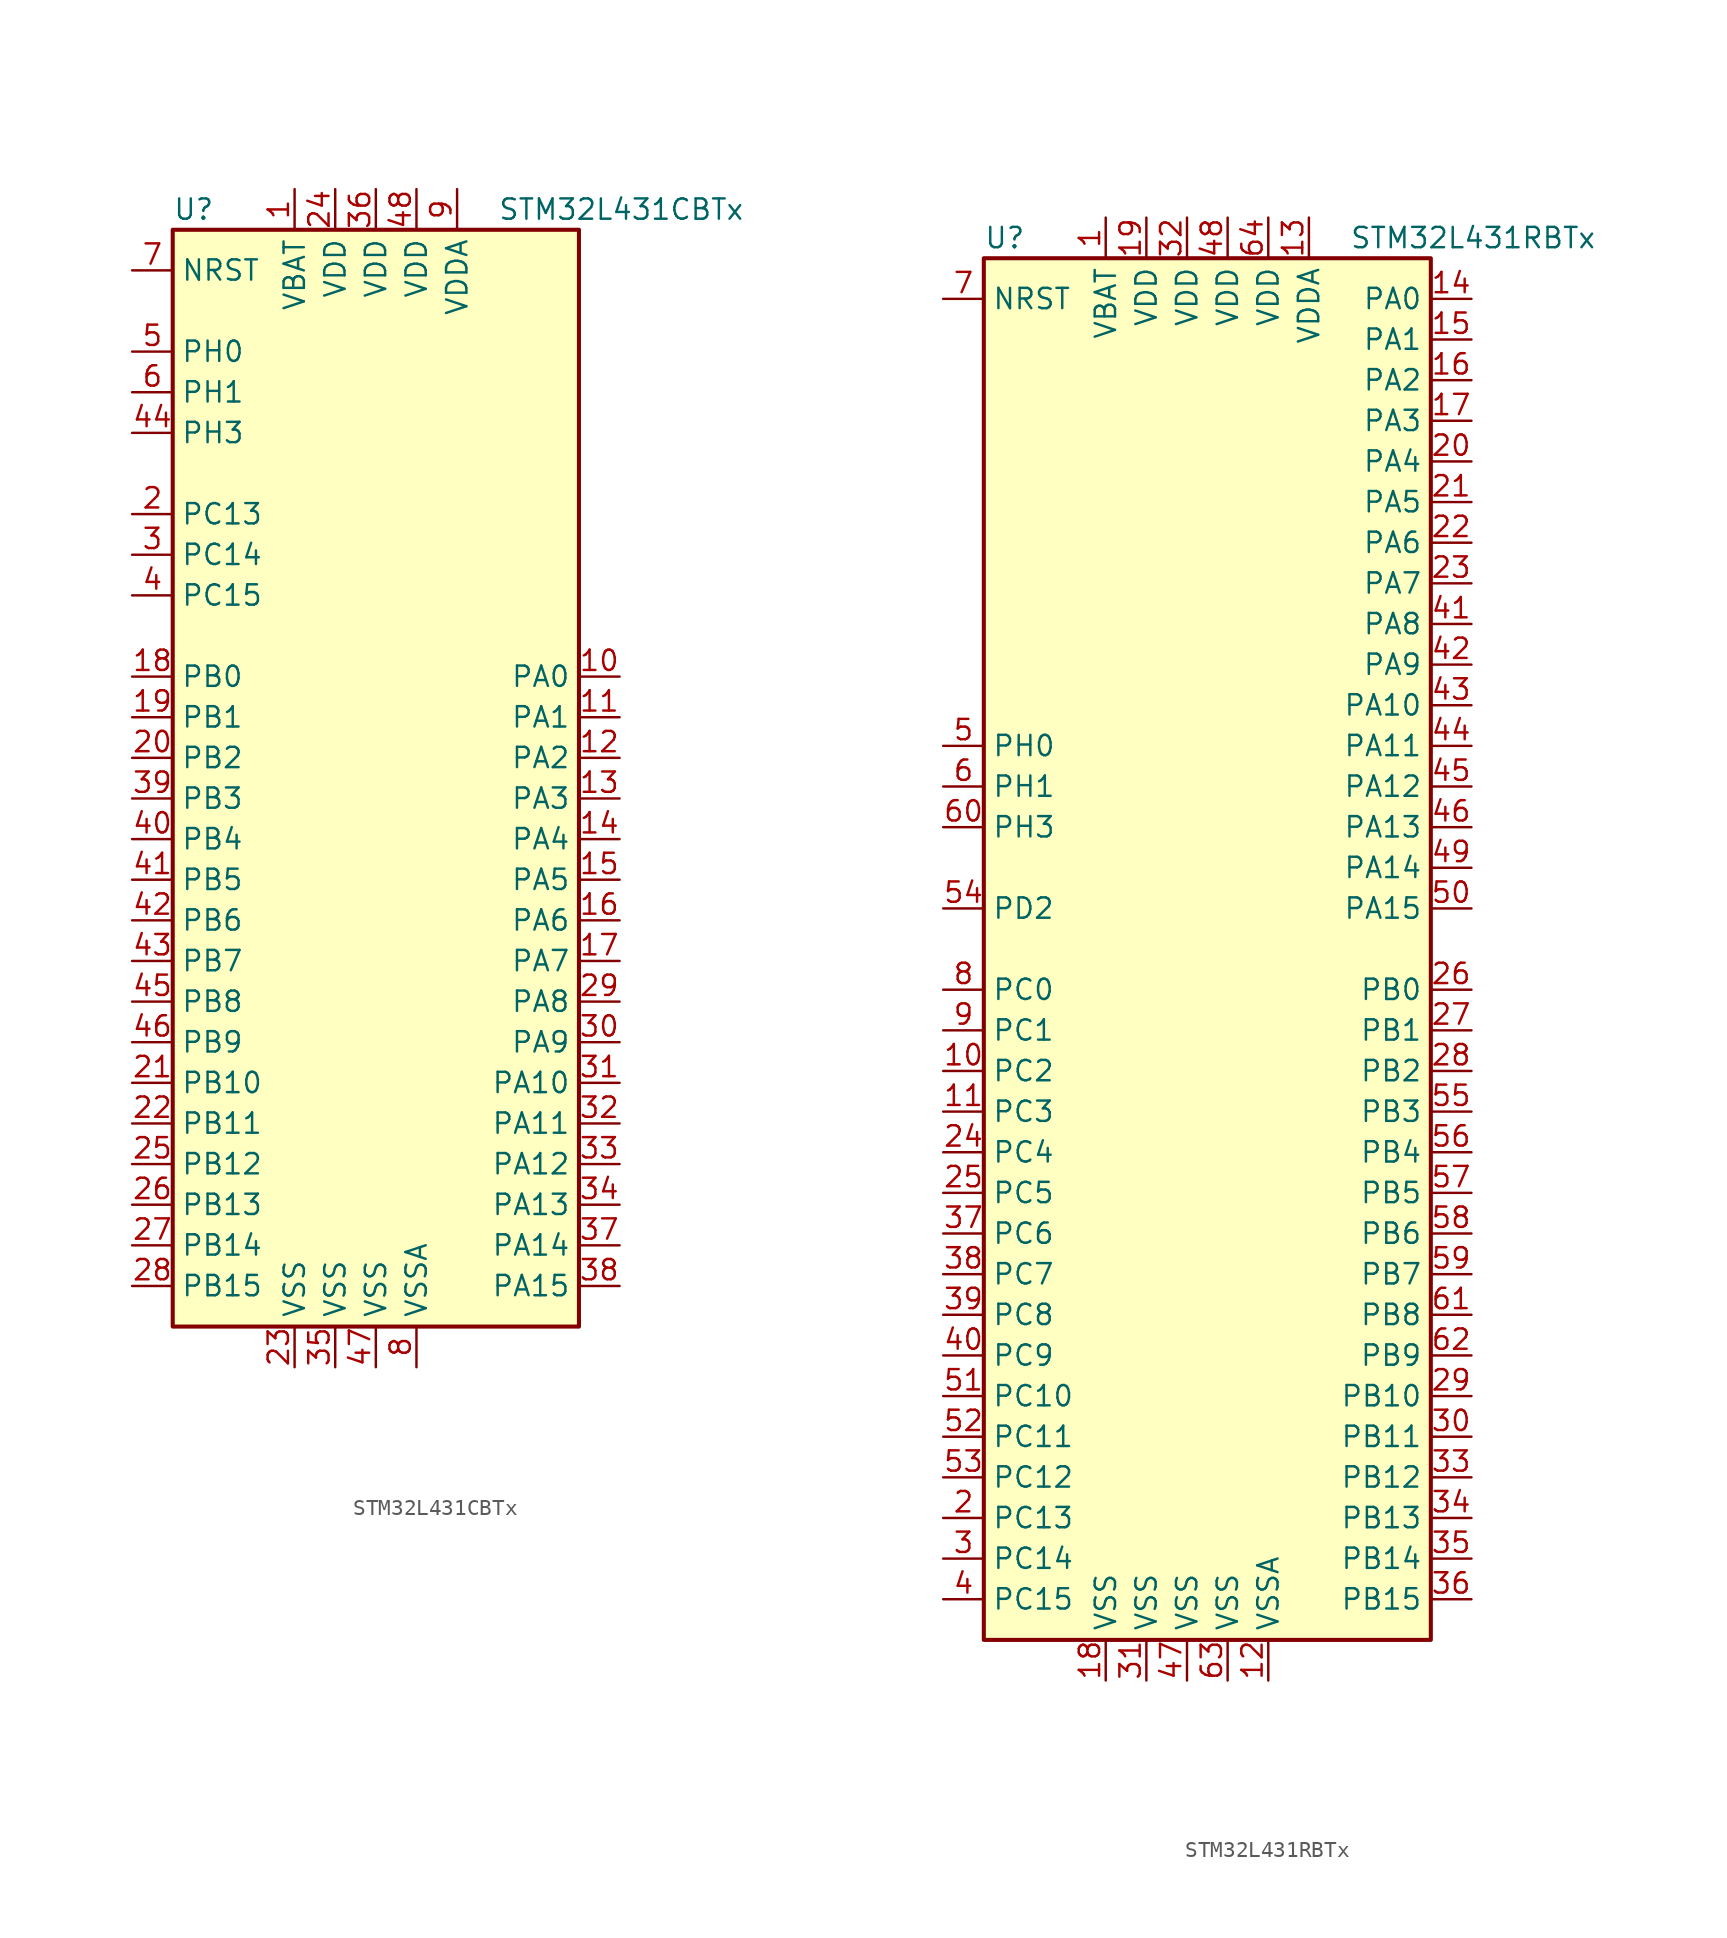
<source format=kicad_sym>
(kicad_symbol_lib
  (version 20220914)
  (generator kicad_symbol_editor)
  (symbol "STM32L431CBTx"
    (property "Reference" "U"
      (at -12.7 34.29 0)
      (effects (font (size 1.27 1.27)) (justify left)))
    (property "Value" "STM32L431CBTx"
      (at 7.62 34.29 0)
      (effects (font (size 1.27 1.27)) (justify left)))
    (symbol "STM32L431CBTx_0_1"
      (rectangle (start -12.7 -35.56) (end 12.7 33.02) (stroke (width 0.254) (type default)) (fill (type background))))
    (symbol "STM32L431CBTx_1_1"
      (pin power_in line (at -5.08 35.56 270) (length 2.54) (name "VBAT" (effects (font (size 1.27 1.27)))) (number "1" (effects (font (size 1.27 1.27)))))
      (pin bidirectional line (at 15.24 5.08 180) (length 2.54) (name "PA0" (effects (font (size 1.27 1.27)))) (number "10" (effects (font (size 1.27 1.27)))))
      (pin bidirectional line (at 15.24 2.54 180) (length 2.54) (name "PA1" (effects (font (size 1.27 1.27)))) (number "11" (effects (font (size 1.27 1.27)))))
      (pin bidirectional line (at 15.24 0 180) (length 2.54) (name "PA2" (effects (font (size 1.27 1.27)))) (number "12" (effects (font (size 1.27 1.27)))))
      (pin bidirectional line (at 15.24 -2.54 180) (length 2.54) (name "PA3" (effects (font (size 1.27 1.27)))) (number "13" (effects (font (size 1.27 1.27)))))
      (pin bidirectional line (at 15.24 -5.08 180) (length 2.54) (name "PA4" (effects (font (size 1.27 1.27)))) (number "14" (effects (font (size 1.27 1.27)))))
      (pin bidirectional line (at 15.24 -7.62 180) (length 2.54) (name "PA5" (effects (font (size 1.27 1.27)))) (number "15" (effects (font (size 1.27 1.27)))))
      (pin bidirectional line (at 15.24 -10.16 180) (length 2.54) (name "PA6" (effects (font (size 1.27 1.27)))) (number "16" (effects (font (size 1.27 1.27)))))
      (pin bidirectional line (at 15.24 -12.7 180) (length 2.54) (name "PA7" (effects (font (size 1.27 1.27)))) (number "17" (effects (font (size 1.27 1.27)))))
      (pin bidirectional line (at -15.24 5.08 0) (length 2.54) (name "PB0" (effects (font (size 1.27 1.27)))) (number "18" (effects (font (size 1.27 1.27)))))
      (pin bidirectional line (at -15.24 2.54 0) (length 2.54) (name "PB1" (effects (font (size 1.27 1.27)))) (number "19" (effects (font (size 1.27 1.27)))))
      (pin bidirectional line (at -15.24 15.24 0) (length 2.54) (name "PC13" (effects (font (size 1.27 1.27)))) (number "2" (effects (font (size 1.27 1.27)))))
      (pin bidirectional line (at -15.24 0 0) (length 2.54) (name "PB2" (effects (font (size 1.27 1.27)))) (number "20" (effects (font (size 1.27 1.27)))))
      (pin bidirectional line (at -15.24 -20.32 0) (length 2.54) (name "PB10" (effects (font (size 1.27 1.27)))) (number "21" (effects (font (size 1.27 1.27)))))
      (pin bidirectional line (at -15.24 -22.86 0) (length 2.54) (name "PB11" (effects (font (size 1.27 1.27)))) (number "22" (effects (font (size 1.27 1.27)))))
      (pin power_in line (at -5.08 -38.1 90) (length 2.54) (name "VSS" (effects (font (size 1.27 1.27)))) (number "23" (effects (font (size 1.27 1.27)))))
      (pin power_in line (at -2.54 35.56 270) (length 2.54) (name "VDD" (effects (font (size 1.27 1.27)))) (number "24" (effects (font (size 1.27 1.27)))))
      (pin bidirectional line (at -15.24 -25.4 0) (length 2.54) (name "PB12" (effects (font (size 1.27 1.27)))) (number "25" (effects (font (size 1.27 1.27)))))
      (pin bidirectional line (at -15.24 -27.94 0) (length 2.54) (name "PB13" (effects (font (size 1.27 1.27)))) (number "26" (effects (font (size 1.27 1.27)))))
      (pin bidirectional line (at -15.24 -30.48 0) (length 2.54) (name "PB14" (effects (font (size 1.27 1.27)))) (number "27" (effects (font (size 1.27 1.27)))))
      (pin bidirectional line (at -15.24 -33.02 0) (length 2.54) (name "PB15" (effects (font (size 1.27 1.27)))) (number "28" (effects (font (size 1.27 1.27)))))
      (pin bidirectional line (at 15.24 -15.24 180) (length 2.54) (name "PA8" (effects (font (size 1.27 1.27)))) (number "29" (effects (font (size 1.27 1.27)))))
      (pin bidirectional line (at -15.24 12.7 0) (length 2.54) (name "PC14" (effects (font (size 1.27 1.27)))) (number "3" (effects (font (size 1.27 1.27)))))
      (pin bidirectional line (at 15.24 -17.78 180) (length 2.54) (name "PA9" (effects (font (size 1.27 1.27)))) (number "30" (effects (font (size 1.27 1.27)))))
      (pin bidirectional line (at 15.24 -20.32 180) (length 2.54) (name "PA10" (effects (font (size 1.27 1.27)))) (number "31" (effects (font (size 1.27 1.27)))))
      (pin bidirectional line (at 15.24 -22.86 180) (length 2.54) (name "PA11" (effects (font (size 1.27 1.27)))) (number "32" (effects (font (size 1.27 1.27)))))
      (pin bidirectional line (at 15.24 -25.4 180) (length 2.54) (name "PA12" (effects (font (size 1.27 1.27)))) (number "33" (effects (font (size 1.27 1.27)))))
      (pin bidirectional line (at 15.24 -27.94 180) (length 2.54) (name "PA13" (effects (font (size 1.27 1.27)))) (number "34" (effects (font (size 1.27 1.27)))))
      (pin power_in line (at -2.54 -38.1 90) (length 2.54) (name "VSS" (effects (font (size 1.27 1.27)))) (number "35" (effects (font (size 1.27 1.27)))))
      (pin power_in line (at 0 35.56 270) (length 2.54) (name "VDD" (effects (font (size 1.27 1.27)))) (number "36" (effects (font (size 1.27 1.27)))))
      (pin bidirectional line (at 15.24 -30.48 180) (length 2.54) (name "PA14" (effects (font (size 1.27 1.27)))) (number "37" (effects (font (size 1.27 1.27)))))
      (pin bidirectional line (at 15.24 -33.02 180) (length 2.54) (name "PA15" (effects (font (size 1.27 1.27)))) (number "38" (effects (font (size 1.27 1.27)))))
      (pin bidirectional line (at -15.24 -2.54 0) (length 2.54) (name "PB3" (effects (font (size 1.27 1.27)))) (number "39" (effects (font (size 1.27 1.27)))))
      (pin bidirectional line (at -15.24 10.16 0) (length 2.54) (name "PC15" (effects (font (size 1.27 1.27)))) (number "4" (effects (font (size 1.27 1.27)))))
      (pin bidirectional line (at -15.24 -5.08 0) (length 2.54) (name "PB4" (effects (font (size 1.27 1.27)))) (number "40" (effects (font (size 1.27 1.27)))))
      (pin bidirectional line (at -15.24 -7.62 0) (length 2.54) (name "PB5" (effects (font (size 1.27 1.27)))) (number "41" (effects (font (size 1.27 1.27)))))
      (pin bidirectional line (at -15.24 -10.16 0) (length 2.54) (name "PB6" (effects (font (size 1.27 1.27)))) (number "42" (effects (font (size 1.27 1.27)))))
      (pin bidirectional line (at -15.24 -12.7 0) (length 2.54) (name "PB7" (effects (font (size 1.27 1.27)))) (number "43" (effects (font (size 1.27 1.27)))))
      (pin bidirectional line (at -15.24 20.32 0) (length 2.54) (name "PH3" (effects (font (size 1.27 1.27)))) (number "44" (effects (font (size 1.27 1.27)))))
      (pin bidirectional line (at -15.24 -15.24 0) (length 2.54) (name "PB8" (effects (font (size 1.27 1.27)))) (number "45" (effects (font (size 1.27 1.27)))))
      (pin bidirectional line (at -15.24 -17.78 0) (length 2.54) (name "PB9" (effects (font (size 1.27 1.27)))) (number "46" (effects (font (size 1.27 1.27)))))
      (pin power_in line (at 0 -38.1 90) (length 2.54) (name "VSS" (effects (font (size 1.27 1.27)))) (number "47" (effects (font (size 1.27 1.27)))))
      (pin power_in line (at 2.54 35.56 270) (length 2.54) (name "VDD" (effects (font (size 1.27 1.27)))) (number "48" (effects (font (size 1.27 1.27)))))
      (pin input line (at -15.24 25.4 0) (length 2.54) (name "PH0" (effects (font (size 1.27 1.27)))) (number "5" (effects (font (size 1.27 1.27)))))
      (pin input line (at -15.24 22.86 0) (length 2.54) (name "PH1" (effects (font (size 1.27 1.27)))) (number "6" (effects (font (size 1.27 1.27)))))
      (pin input line (at -15.24 30.48 0) (length 2.54) (name "NRST" (effects (font (size 1.27 1.27)))) (number "7" (effects (font (size 1.27 1.27)))))
      (pin power_in line (at 2.54 -38.1 90) (length 2.54) (name "VSSA" (effects (font (size 1.27 1.27)))) (number "8" (effects (font (size 1.27 1.27)))))
      (pin power_in line (at 5.08 35.56 270) (length 2.54) (name "VDDA" (effects (font (size 1.27 1.27)))) (number "9" (effects (font (size 1.27 1.27)))))))
  (symbol "STM32L431RBTx"
    (property "Reference" "U"
      (at -15.24 44.45 0)
      (effects (font (size 1.27 1.27)) (justify left)))
    (property "Value" "STM32L431RBTx"
      (at 7.62 44.45 0)
      (effects (font (size 1.27 1.27)) (justify left)))
    (symbol "STM32L431RBTx_0_1"
      (rectangle (start -15.24 -43.18) (end 12.7 43.18) (stroke (width 0.254) (type default)) (fill (type background))))
    (symbol "STM32L431RBTx_1_1"
      (pin power_in line (at -7.62 45.72 270) (length 2.54) (name "VBAT" (effects (font (size 1.27 1.27)))) (number "1" (effects (font (size 1.27 1.27)))))
      (pin bidirectional line (at -17.78 -7.62 0) (length 2.54) (name "PC2" (effects (font (size 1.27 1.27)))) (number "10" (effects (font (size 1.27 1.27)))))
      (pin bidirectional line (at -17.78 -10.16 0) (length 2.54) (name "PC3" (effects (font (size 1.27 1.27)))) (number "11" (effects (font (size 1.27 1.27)))))
      (pin power_in line (at 2.54 -45.72 90) (length 2.54) (name "VSSA" (effects (font (size 1.27 1.27)))) (number "12" (effects (font (size 1.27 1.27)))))
      (pin power_in line (at 5.08 45.72 270) (length 2.54) (name "VDDA" (effects (font (size 1.27 1.27)))) (number "13" (effects (font (size 1.27 1.27)))))
      (pin bidirectional line (at 15.24 40.64 180) (length 2.54) (name "PA0" (effects (font (size 1.27 1.27)))) (number "14" (effects (font (size 1.27 1.27)))))
      (pin bidirectional line (at 15.24 38.1 180) (length 2.54) (name "PA1" (effects (font (size 1.27 1.27)))) (number "15" (effects (font (size 1.27 1.27)))))
      (pin bidirectional line (at 15.24 35.56 180) (length 2.54) (name "PA2" (effects (font (size 1.27 1.27)))) (number "16" (effects (font (size 1.27 1.27)))))
      (pin bidirectional line (at 15.24 33.02 180) (length 2.54) (name "PA3" (effects (font (size 1.27 1.27)))) (number "17" (effects (font (size 1.27 1.27)))))
      (pin power_in line (at -7.62 -45.72 90) (length 2.54) (name "VSS" (effects (font (size 1.27 1.27)))) (number "18" (effects (font (size 1.27 1.27)))))
      (pin power_in line (at -5.08 45.72 270) (length 2.54) (name "VDD" (effects (font (size 1.27 1.27)))) (number "19" (effects (font (size 1.27 1.27)))))
      (pin bidirectional line (at -17.78 -35.56 0) (length 2.54) (name "PC13" (effects (font (size 1.27 1.27)))) (number "2" (effects (font (size 1.27 1.27)))))
      (pin bidirectional line (at 15.24 30.48 180) (length 2.54) (name "PA4" (effects (font (size 1.27 1.27)))) (number "20" (effects (font (size 1.27 1.27)))))
      (pin bidirectional line (at 15.24 27.94 180) (length 2.54) (name "PA5" (effects (font (size 1.27 1.27)))) (number "21" (effects (font (size 1.27 1.27)))))
      (pin bidirectional line (at 15.24 25.4 180) (length 2.54) (name "PA6" (effects (font (size 1.27 1.27)))) (number "22" (effects (font (size 1.27 1.27)))))
      (pin bidirectional line (at 15.24 22.86 180) (length 2.54) (name "PA7" (effects (font (size 1.27 1.27)))) (number "23" (effects (font (size 1.27 1.27)))))
      (pin bidirectional line (at -17.78 -12.7 0) (length 2.54) (name "PC4" (effects (font (size 1.27 1.27)))) (number "24" (effects (font (size 1.27 1.27)))))
      (pin bidirectional line (at -17.78 -15.24 0) (length 2.54) (name "PC5" (effects (font (size 1.27 1.27)))) (number "25" (effects (font (size 1.27 1.27)))))
      (pin bidirectional line (at 15.24 -2.54 180) (length 2.54) (name "PB0" (effects (font (size 1.27 1.27)))) (number "26" (effects (font (size 1.27 1.27)))))
      (pin bidirectional line (at 15.24 -5.08 180) (length 2.54) (name "PB1" (effects (font (size 1.27 1.27)))) (number "27" (effects (font (size 1.27 1.27)))))
      (pin bidirectional line (at 15.24 -7.62 180) (length 2.54) (name "PB2" (effects (font (size 1.27 1.27)))) (number "28" (effects (font (size 1.27 1.27)))))
      (pin bidirectional line (at 15.24 -27.94 180) (length 2.54) (name "PB10" (effects (font (size 1.27 1.27)))) (number "29" (effects (font (size 1.27 1.27)))))
      (pin bidirectional line (at -17.78 -38.1 0) (length 2.54) (name "PC14" (effects (font (size 1.27 1.27)))) (number "3" (effects (font (size 1.27 1.27)))))
      (pin bidirectional line (at 15.24 -30.48 180) (length 2.54) (name "PB11" (effects (font (size 1.27 1.27)))) (number "30" (effects (font (size 1.27 1.27)))))
      (pin power_in line (at -5.08 -45.72 90) (length 2.54) (name "VSS" (effects (font (size 1.27 1.27)))) (number "31" (effects (font (size 1.27 1.27)))))
      (pin power_in line (at -2.54 45.72 270) (length 2.54) (name "VDD" (effects (font (size 1.27 1.27)))) (number "32" (effects (font (size 1.27 1.27)))))
      (pin bidirectional line (at 15.24 -33.02 180) (length 2.54) (name "PB12" (effects (font (size 1.27 1.27)))) (number "33" (effects (font (size 1.27 1.27)))))
      (pin bidirectional line (at 15.24 -35.56 180) (length 2.54) (name "PB13" (effects (font (size 1.27 1.27)))) (number "34" (effects (font (size 1.27 1.27)))))
      (pin bidirectional line (at 15.24 -38.1 180) (length 2.54) (name "PB14" (effects (font (size 1.27 1.27)))) (number "35" (effects (font (size 1.27 1.27)))))
      (pin bidirectional line (at 15.24 -40.64 180) (length 2.54) (name "PB15" (effects (font (size 1.27 1.27)))) (number "36" (effects (font (size 1.27 1.27)))))
      (pin bidirectional line (at -17.78 -17.78 0) (length 2.54) (name "PC6" (effects (font (size 1.27 1.27)))) (number "37" (effects (font (size 1.27 1.27)))))
      (pin bidirectional line (at -17.78 -20.32 0) (length 2.54) (name "PC7" (effects (font (size 1.27 1.27)))) (number "38" (effects (font (size 1.27 1.27)))))
      (pin bidirectional line (at -17.78 -22.86 0) (length 2.54) (name "PC8" (effects (font (size 1.27 1.27)))) (number "39" (effects (font (size 1.27 1.27)))))
      (pin bidirectional line (at -17.78 -40.64 0) (length 2.54) (name "PC15" (effects (font (size 1.27 1.27)))) (number "4" (effects (font (size 1.27 1.27)))))
      (pin bidirectional line (at -17.78 -25.4 0) (length 2.54) (name "PC9" (effects (font (size 1.27 1.27)))) (number "40" (effects (font (size 1.27 1.27)))))
      (pin bidirectional line (at 15.24 20.32 180) (length 2.54) (name "PA8" (effects (font (size 1.27 1.27)))) (number "41" (effects (font (size 1.27 1.27)))))
      (pin bidirectional line (at 15.24 17.78 180) (length 2.54) (name "PA9" (effects (font (size 1.27 1.27)))) (number "42" (effects (font (size 1.27 1.27)))))
      (pin bidirectional line (at 15.24 15.24 180) (length 2.54) (name "PA10" (effects (font (size 1.27 1.27)))) (number "43" (effects (font (size 1.27 1.27)))))
      (pin bidirectional line (at 15.24 12.7 180) (length 2.54) (name "PA11" (effects (font (size 1.27 1.27)))) (number "44" (effects (font (size 1.27 1.27)))))
      (pin bidirectional line (at 15.24 10.16 180) (length 2.54) (name "PA12" (effects (font (size 1.27 1.27)))) (number "45" (effects (font (size 1.27 1.27)))))
      (pin bidirectional line (at 15.24 7.62 180) (length 2.54) (name "PA13" (effects (font (size 1.27 1.27)))) (number "46" (effects (font (size 1.27 1.27)))))
      (pin power_in line (at -2.54 -45.72 90) (length 2.54) (name "VSS" (effects (font (size 1.27 1.27)))) (number "47" (effects (font (size 1.27 1.27)))))
      (pin power_in line (at 0 45.72 270) (length 2.54) (name "VDD" (effects (font (size 1.27 1.27)))) (number "48" (effects (font (size 1.27 1.27)))))
      (pin bidirectional line (at 15.24 5.08 180) (length 2.54) (name "PA14" (effects (font (size 1.27 1.27)))) (number "49" (effects (font (size 1.27 1.27)))))
      (pin input line (at -17.78 12.7 0) (length 2.54) (name "PH0" (effects (font (size 1.27 1.27)))) (number "5" (effects (font (size 1.27 1.27)))))
      (pin bidirectional line (at 15.24 2.54 180) (length 2.54) (name "PA15" (effects (font (size 1.27 1.27)))) (number "50" (effects (font (size 1.27 1.27)))))
      (pin bidirectional line (at -17.78 -27.94 0) (length 2.54) (name "PC10" (effects (font (size 1.27 1.27)))) (number "51" (effects (font (size 1.27 1.27)))))
      (pin bidirectional line (at -17.78 -30.48 0) (length 2.54) (name "PC11" (effects (font (size 1.27 1.27)))) (number "52" (effects (font (size 1.27 1.27)))))
      (pin bidirectional line (at -17.78 -33.02 0) (length 2.54) (name "PC12" (effects (font (size 1.27 1.27)))) (number "53" (effects (font (size 1.27 1.27)))))
      (pin bidirectional line (at -17.78 2.54 0) (length 2.54) (name "PD2" (effects (font (size 1.27 1.27)))) (number "54" (effects (font (size 1.27 1.27)))))
      (pin bidirectional line (at 15.24 -10.16 180) (length 2.54) (name "PB3" (effects (font (size 1.27 1.27)))) (number "55" (effects (font (size 1.27 1.27)))))
      (pin bidirectional line (at 15.24 -12.7 180) (length 2.54) (name "PB4" (effects (font (size 1.27 1.27)))) (number "56" (effects (font (size 1.27 1.27)))))
      (pin bidirectional line (at 15.24 -15.24 180) (length 2.54) (name "PB5" (effects (font (size 1.27 1.27)))) (number "57" (effects (font (size 1.27 1.27)))))
      (pin bidirectional line (at 15.24 -17.78 180) (length 2.54) (name "PB6" (effects (font (size 1.27 1.27)))) (number "58" (effects (font (size 1.27 1.27)))))
      (pin bidirectional line (at 15.24 -20.32 180) (length 2.54) (name "PB7" (effects (font (size 1.27 1.27)))) (number "59" (effects (font (size 1.27 1.27)))))
      (pin input line (at -17.78 10.16 0) (length 2.54) (name "PH1" (effects (font (size 1.27 1.27)))) (number "6" (effects (font (size 1.27 1.27)))))
      (pin bidirectional line (at -17.78 7.62 0) (length 2.54) (name "PH3" (effects (font (size 1.27 1.27)))) (number "60" (effects (font (size 1.27 1.27)))))
      (pin bidirectional line (at 15.24 -22.86 180) (length 2.54) (name "PB8" (effects (font (size 1.27 1.27)))) (number "61" (effects (font (size 1.27 1.27)))))
      (pin bidirectional line (at 15.24 -25.4 180) (length 2.54) (name "PB9" (effects (font (size 1.27 1.27)))) (number "62" (effects (font (size 1.27 1.27)))))
      (pin power_in line (at 0 -45.72 90) (length 2.54) (name "VSS" (effects (font (size 1.27 1.27)))) (number "63" (effects (font (size 1.27 1.27)))))
      (pin power_in line (at 2.54 45.72 270) (length 2.54) (name "VDD" (effects (font (size 1.27 1.27)))) (number "64" (effects (font (size 1.27 1.27)))))
      (pin input line (at -17.78 40.64 0) (length 2.54) (name "NRST" (effects (font (size 1.27 1.27)))) (number "7" (effects (font (size 1.27 1.27)))))
      (pin bidirectional line (at -17.78 -2.54 0) (length 2.54) (name "PC0" (effects (font (size 1.27 1.27)))) (number "8" (effects (font (size 1.27 1.27)))))
      (pin bidirectional line (at -17.78 -5.08 0) (length 2.54) (name "PC1" (effects (font (size 1.27 1.27)))) (number "9" (effects (font (size 1.27 1.27))))))))
</source>
